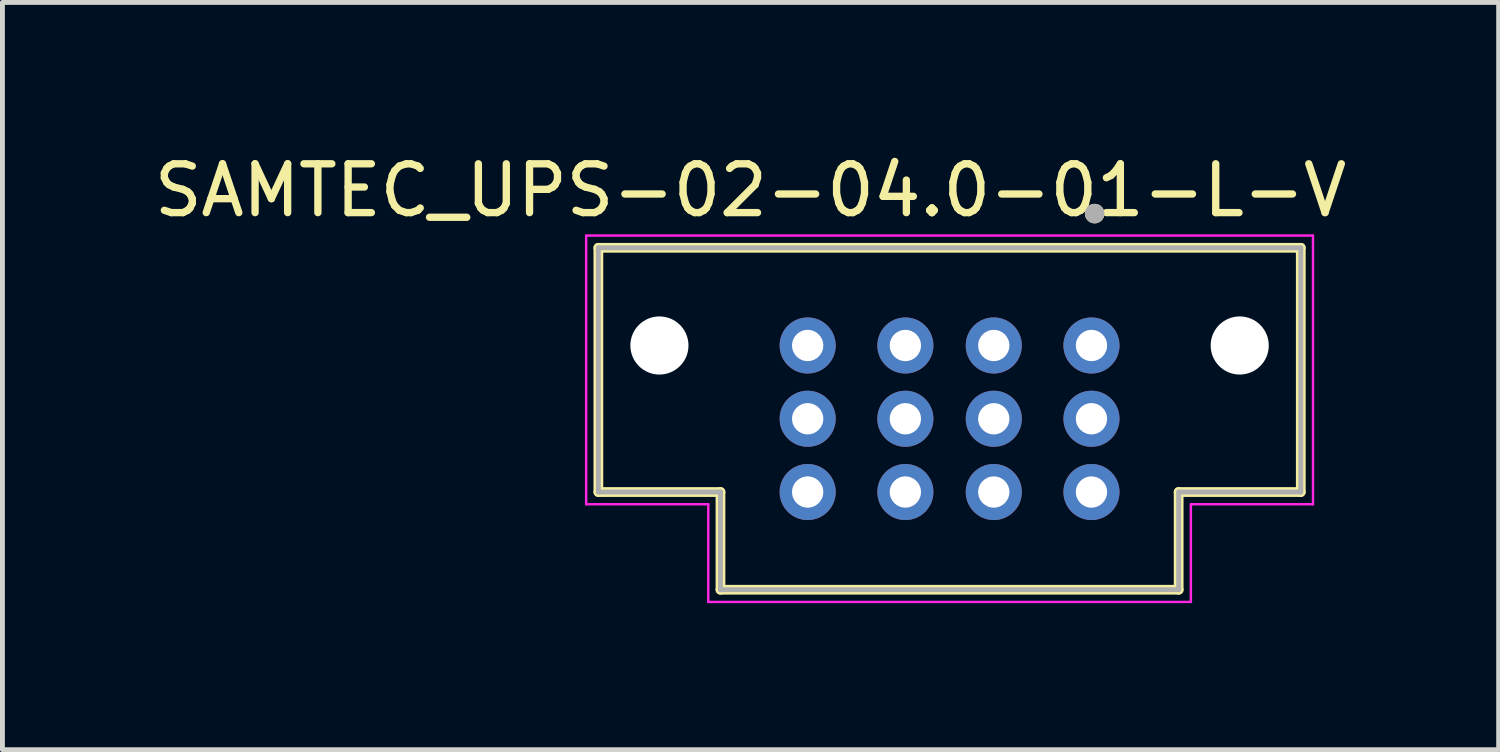
<source format=kicad_pcb>
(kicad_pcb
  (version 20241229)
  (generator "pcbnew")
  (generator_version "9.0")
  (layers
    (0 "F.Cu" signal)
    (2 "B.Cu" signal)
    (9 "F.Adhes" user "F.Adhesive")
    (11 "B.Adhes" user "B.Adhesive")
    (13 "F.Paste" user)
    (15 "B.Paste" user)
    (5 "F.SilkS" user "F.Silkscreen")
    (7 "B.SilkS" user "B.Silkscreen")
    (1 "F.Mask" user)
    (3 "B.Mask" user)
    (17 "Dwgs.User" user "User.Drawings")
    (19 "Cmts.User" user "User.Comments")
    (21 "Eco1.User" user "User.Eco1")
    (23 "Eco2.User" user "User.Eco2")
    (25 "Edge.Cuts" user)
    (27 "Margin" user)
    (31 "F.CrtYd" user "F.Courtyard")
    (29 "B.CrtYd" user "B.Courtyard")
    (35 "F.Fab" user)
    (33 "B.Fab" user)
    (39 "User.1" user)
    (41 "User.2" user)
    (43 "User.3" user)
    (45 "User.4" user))
  (footprint "SAMTEC_UPS-02-04.0-01-L-V"
    (layer "F.Cu")
    (at 16.39 4.023)
    (property "Reference" "SAMTEC_UPS-02-04.0-01-L-V" (at -4.075 -3.175 0) (layer "F.SilkS") (effects (font (size 1 1) (thickness 0.15))))
    (attr through_hole)
    (fp_line (start -7.19 -2) (end 7.19 -2) (stroke (width 0.2) (type solid)) (layer "F.SilkS"))
    (fp_line (start -7.19 3) (end -7.19 -2) (stroke (width 0.2) (type solid)) (layer "F.SilkS"))
    (fp_line (start -4.69 3) (end -7.19 3) (stroke (width 0.2) (type solid)) (layer "F.SilkS"))
    (fp_line (start -4.69 5) (end -4.69 3) (stroke (width 0.2) (type solid)) (layer "F.SilkS"))
    (fp_line (start 4.69 3) (end 4.69 5) (stroke (width 0.2) (type solid)) (layer "F.SilkS"))
    (fp_line (start 4.69 5) (end -4.69 5) (stroke (width 0.2) (type solid)) (layer "F.SilkS"))
    (fp_line (start 7.19 -2) (end 7.19 3) (stroke (width 0.2) (type solid)) (layer "F.SilkS"))
    (fp_line (start 7.19 3) (end 4.69 3) (stroke (width 0.2) (type solid)) (layer "F.SilkS"))
    (fp_circle (center 2.97 -2.7) (end 3.07 -2.7) (stroke (width 0.2) (type solid)) (fill no) (layer "F.SilkS"))
    (fp_line (start -7.44 -2.25) (end 7.44 -2.25) (stroke (width 0.05) (type solid)) (layer "F.CrtYd"))
    (fp_line (start -7.44 3.25) (end -7.44 -2.25) (stroke (width 0.05) (type solid)) (layer "F.CrtYd"))
    (fp_line (start -4.94 3.25) (end -7.44 3.25) (stroke (width 0.05) (type solid)) (layer "F.CrtYd"))
    (fp_line (start -4.94 5.25) (end -4.94 3.25) (stroke (width 0.05) (type solid)) (layer "F.CrtYd"))
    (fp_line (start 4.94 3.25) (end 4.94 5.25) (stroke (width 0.05) (type solid)) (layer "F.CrtYd"))
    (fp_line (start 4.94 5.25) (end -4.94 5.25) (stroke (width 0.05) (type solid)) (layer "F.CrtYd"))
    (fp_line (start 7.44 -2.25) (end 7.44 3.25) (stroke (width 0.05) (type solid)) (layer "F.CrtYd"))
    (fp_line (start 7.44 3.25) (end 4.94 3.25) (stroke (width 0.05) (type solid)) (layer "F.CrtYd"))
    (fp_line (start -7.19 -2) (end 7.19 -2) (stroke (width 0.1) (type solid)) (layer "F.Fab"))
    (fp_line (start -7.19 3) (end -7.19 -2) (stroke (width 0.1) (type solid)) (layer "F.Fab"))
    (fp_line (start -4.69 3) (end -7.19 3) (stroke (width 0.1) (type solid)) (layer "F.Fab"))
    (fp_line (start -4.69 5) (end -4.69 3) (stroke (width 0.1) (type solid)) (layer "F.Fab"))
    (fp_line (start 4.69 3) (end 4.69 5) (stroke (width 0.1) (type solid)) (layer "F.Fab"))
    (fp_line (start 4.69 5) (end -4.69 5) (stroke (width 0.1) (type solid)) (layer "F.Fab"))
    (fp_line (start 7.19 -2) (end 7.19 3) (stroke (width 0.1) (type solid)) (layer "F.Fab"))
    (fp_line (start 7.19 3) (end 4.69 3) (stroke (width 0.1) (type solid)) (layer "F.Fab"))
    (fp_circle (center 2.97 -2.7) (end 3.07 -2.7) (stroke (width 0.2) (type solid)) (fill no) (layer "F.Fab"))
    (pad "" np_thru_hole circle (at -5.94 0) (size 1.19 1.19) (drill 1.19) (layers "*.Cu" "*.Mask"))
    (pad "" np_thru_hole circle (at 5.94 0) (size 1.19 1.19) (drill 1.19) (layers "*.Cu" "*.Mask"))
    (pad "P01_1" thru_hole circle (at 2.905 0) (size 1.148 1.148) (drill 0.64) (layers "*.Cu" "*.Mask"))
    (pad "P01_2" thru_hole circle (at 0.905 0) (size 1.148 1.148) (drill 0.64) (layers "*.Cu" "*.Mask"))
    (pad "P01_3" thru_hole circle (at 2.905 1.5) (size 1.148 1.148) (drill 0.64) (layers "*.Cu" "*.Mask"))
    (pad "P01_4" thru_hole circle (at 0.905 1.5) (size 1.148 1.148) (drill 0.64) (layers "*.Cu" "*.Mask"))
    (pad "P01_5" thru_hole circle (at 2.905 3) (size 1.148 1.148) (drill 0.64) (layers "*.Cu" "*.Mask"))
    (pad "P01_6" thru_hole circle (at 0.905 3) (size 1.148 1.148) (drill 0.64) (layers "*.Cu" "*.Mask"))
    (pad "P02_1" thru_hole circle (at -0.905 0) (size 1.148 1.148) (drill 0.64) (layers "*.Cu" "*.Mask"))
    (pad "P02_2" thru_hole circle (at -2.905 0) (size 1.148 1.148) (drill 0.64) (layers "*.Cu" "*.Mask"))
    (pad "P02_3" thru_hole circle (at -0.905 1.5) (size 1.148 1.148) (drill 0.64) (layers "*.Cu" "*.Mask"))
    (pad "P02_4" thru_hole circle (at -2.905 1.5) (size 1.148 1.148) (drill 0.64) (layers "*.Cu" "*.Mask"))
    (pad "P02_5" thru_hole circle (at -0.905 3) (size 1.148 1.148) (drill 0.64) (layers "*.Cu" "*.Mask"))
    (pad "P02_6" thru_hole circle (at -2.905 3) (size 1.148 1.148) (drill 0.64) (layers "*.Cu" "*.Mask")))
  (gr_rect
    (start -3 -3)
    (end 27.631 12.298)
    (stroke (width 0.1) (type default))
    (fill no)
    (layer "Edge.Cuts")))
</source>
